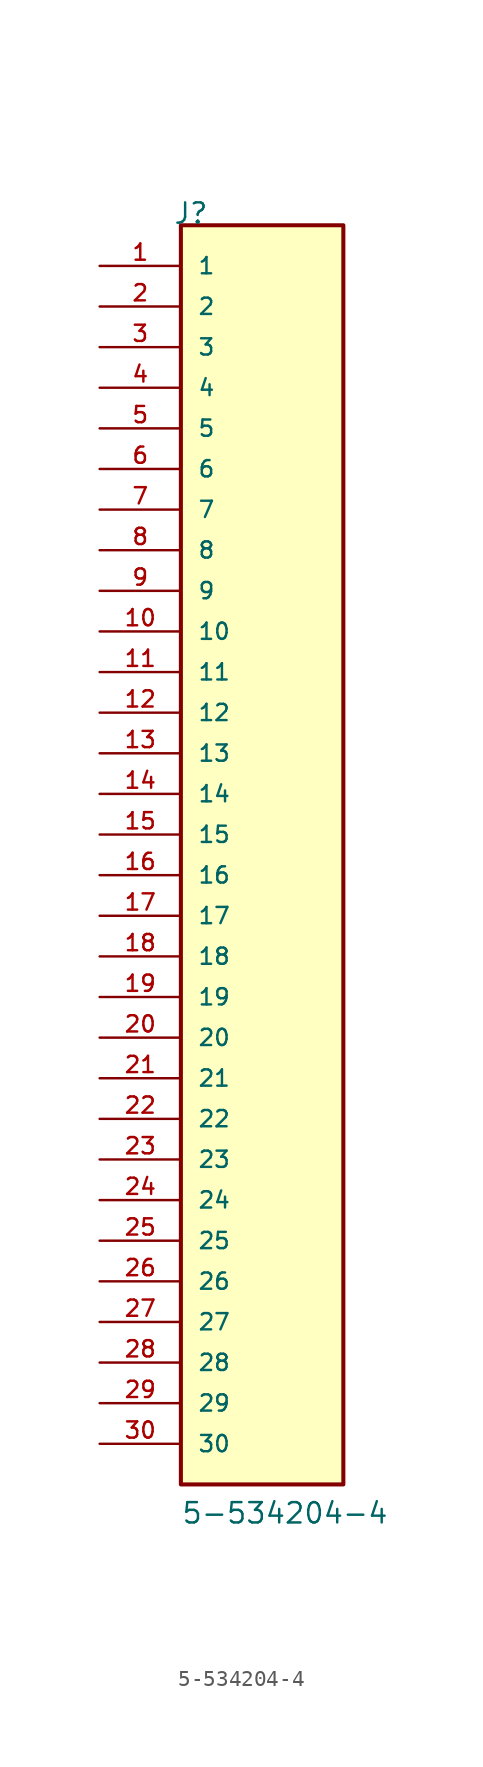
<source format=kicad_sym>
(kicad_symbol_lib
  (version 20220914)
  (generator kicad_symbol_editor)
  (symbol "5-534204-4"
    (pin_names
      (offset 1.016))
    (property "Reference" "J"
      (at -5.58 40.64 0)
      (effects (font (size 1.27 1.27)) (justify left bottom)))
    (property "Value" "5-534204-4"
      (at -5.08 -40.64 0)
      (effects (font (size 1.27 1.27)) (justify left bottom)))
    (symbol "5-534204-4_0_0"
      (rectangle (start -5.08 40.64) (end 5.08 -38.1) (stroke (width 0.254) (type default)) (fill (type background)))
      (pin passive line (at -10.16 38.1 0) (length 5.08) (name "1" (effects (font (size 1.016 1.016)))) (number "1" (effects (font (size 1.016 1.016)))))
      (pin passive line (at -10.16 15.24 0) (length 5.08) (name "10" (effects (font (size 1.016 1.016)))) (number "10" (effects (font (size 1.016 1.016)))))
      (pin passive line (at -10.16 12.7 0) (length 5.08) (name "11" (effects (font (size 1.016 1.016)))) (number "11" (effects (font (size 1.016 1.016)))))
      (pin passive line (at -10.16 10.16 0) (length 5.08) (name "12" (effects (font (size 1.016 1.016)))) (number "12" (effects (font (size 1.016 1.016)))))
      (pin passive line (at -10.16 7.62 0) (length 5.08) (name "13" (effects (font (size 1.016 1.016)))) (number "13" (effects (font (size 1.016 1.016)))))
      (pin passive line (at -10.16 5.08 0) (length 5.08) (name "14" (effects (font (size 1.016 1.016)))) (number "14" (effects (font (size 1.016 1.016)))))
      (pin passive line (at -10.16 2.54 0) (length 5.08) (name "15" (effects (font (size 1.016 1.016)))) (number "15" (effects (font (size 1.016 1.016)))))
      (pin passive line (at -10.16 0 0) (length 5.08) (name "16" (effects (font (size 1.016 1.016)))) (number "16" (effects (font (size 1.016 1.016)))))
      (pin passive line (at -10.16 -2.54 0) (length 5.08) (name "17" (effects (font (size 1.016 1.016)))) (number "17" (effects (font (size 1.016 1.016)))))
      (pin passive line (at -10.16 -5.08 0) (length 5.08) (name "18" (effects (font (size 1.016 1.016)))) (number "18" (effects (font (size 1.016 1.016)))))
      (pin passive line (at -10.16 -7.62 0) (length 5.08) (name "19" (effects (font (size 1.016 1.016)))) (number "19" (effects (font (size 1.016 1.016)))))
      (pin passive line (at -10.16 35.56 0) (length 5.08) (name "2" (effects (font (size 1.016 1.016)))) (number "2" (effects (font (size 1.016 1.016)))))
      (pin passive line (at -10.16 -10.16 0) (length 5.08) (name "20" (effects (font (size 1.016 1.016)))) (number "20" (effects (font (size 1.016 1.016)))))
      (pin passive line (at -10.16 -12.7 0) (length 5.08) (name "21" (effects (font (size 1.016 1.016)))) (number "21" (effects (font (size 1.016 1.016)))))
      (pin passive line (at -10.16 -15.24 0) (length 5.08) (name "22" (effects (font (size 1.016 1.016)))) (number "22" (effects (font (size 1.016 1.016)))))
      (pin passive line (at -10.16 -17.78 0) (length 5.08) (name "23" (effects (font (size 1.016 1.016)))) (number "23" (effects (font (size 1.016 1.016)))))
      (pin passive line (at -10.16 -20.32 0) (length 5.08) (name "24" (effects (font (size 1.016 1.016)))) (number "24" (effects (font (size 1.016 1.016)))))
      (pin passive line (at -10.16 -22.86 0) (length 5.08) (name "25" (effects (font (size 1.016 1.016)))) (number "25" (effects (font (size 1.016 1.016)))))
      (pin passive line (at -10.16 -25.4 0) (length 5.08) (name "26" (effects (font (size 1.016 1.016)))) (number "26" (effects (font (size 1.016 1.016)))))
      (pin passive line (at -10.16 -27.94 0) (length 5.08) (name "27" (effects (font (size 1.016 1.016)))) (number "27" (effects (font (size 1.016 1.016)))))
      (pin passive line (at -10.16 -30.48 0) (length 5.08) (name "28" (effects (font (size 1.016 1.016)))) (number "28" (effects (font (size 1.016 1.016)))))
      (pin passive line (at -10.16 -33.02 0) (length 5.08) (name "29" (effects (font (size 1.016 1.016)))) (number "29" (effects (font (size 1.016 1.016)))))
      (pin passive line (at -10.16 33.02 0) (length 5.08) (name "3" (effects (font (size 1.016 1.016)))) (number "3" (effects (font (size 1.016 1.016)))))
      (pin passive line (at -10.16 -35.56 0) (length 5.08) (name "30" (effects (font (size 1.016 1.016)))) (number "30" (effects (font (size 1.016 1.016)))))
      (pin passive line (at -10.16 30.48 0) (length 5.08) (name "4" (effects (font (size 1.016 1.016)))) (number "4" (effects (font (size 1.016 1.016)))))
      (pin passive line (at -10.16 27.94 0) (length 5.08) (name "5" (effects (font (size 1.016 1.016)))) (number "5" (effects (font (size 1.016 1.016)))))
      (pin passive line (at -10.16 25.4 0) (length 5.08) (name "6" (effects (font (size 1.016 1.016)))) (number "6" (effects (font (size 1.016 1.016)))))
      (pin passive line (at -10.16 22.86 0) (length 5.08) (name "7" (effects (font (size 1.016 1.016)))) (number "7" (effects (font (size 1.016 1.016)))))
      (pin passive line (at -10.16 20.32 0) (length 5.08) (name "8" (effects (font (size 1.016 1.016)))) (number "8" (effects (font (size 1.016 1.016)))))
      (pin passive line (at -10.16 17.78 0) (length 5.08) (name "9" (effects (font (size 1.016 1.016)))) (number "9" (effects (font (size 1.016 1.016))))))))
</source>
